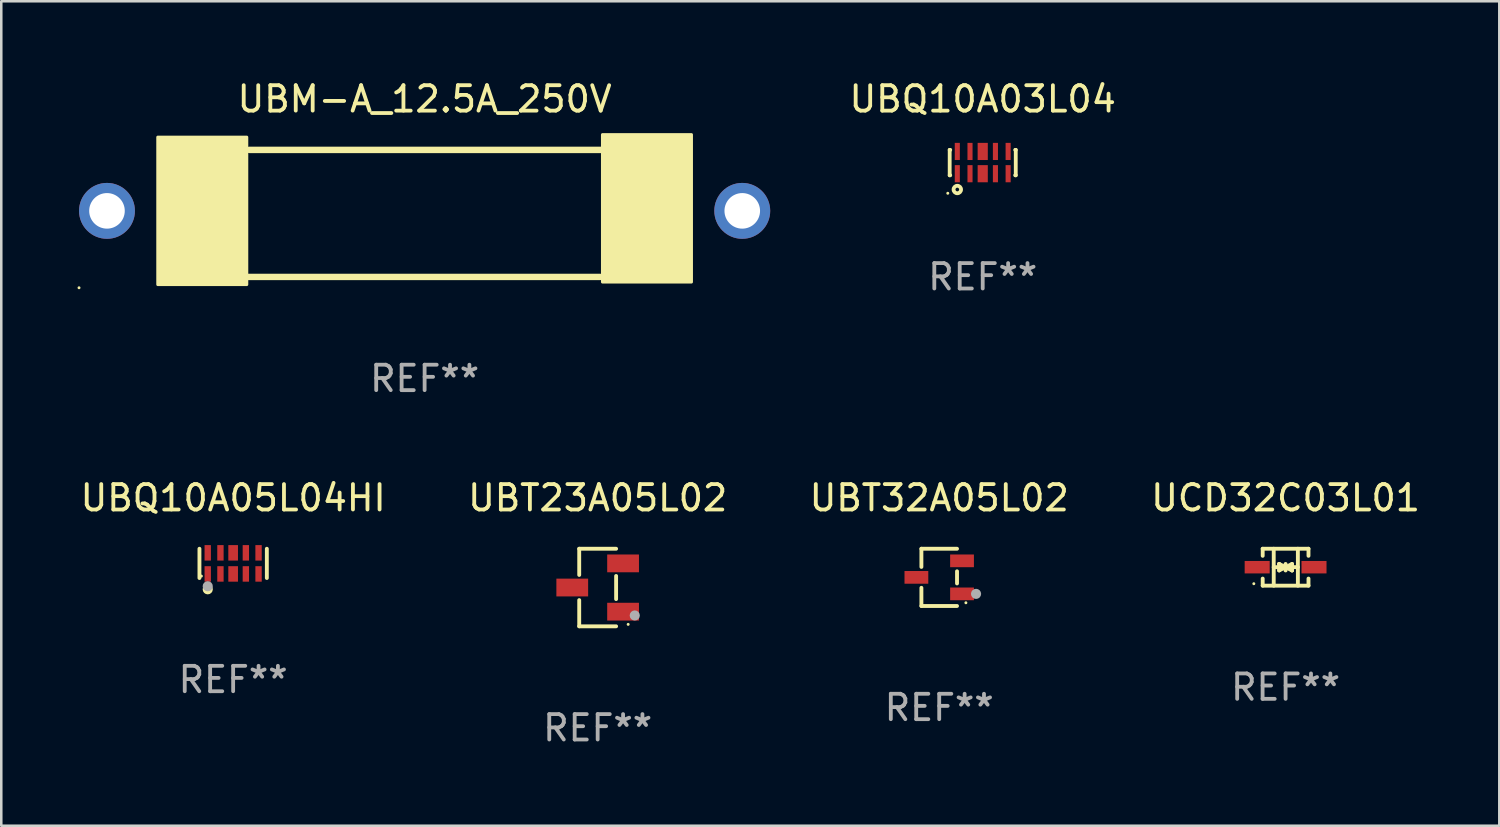
<source format=kicad_pcb>
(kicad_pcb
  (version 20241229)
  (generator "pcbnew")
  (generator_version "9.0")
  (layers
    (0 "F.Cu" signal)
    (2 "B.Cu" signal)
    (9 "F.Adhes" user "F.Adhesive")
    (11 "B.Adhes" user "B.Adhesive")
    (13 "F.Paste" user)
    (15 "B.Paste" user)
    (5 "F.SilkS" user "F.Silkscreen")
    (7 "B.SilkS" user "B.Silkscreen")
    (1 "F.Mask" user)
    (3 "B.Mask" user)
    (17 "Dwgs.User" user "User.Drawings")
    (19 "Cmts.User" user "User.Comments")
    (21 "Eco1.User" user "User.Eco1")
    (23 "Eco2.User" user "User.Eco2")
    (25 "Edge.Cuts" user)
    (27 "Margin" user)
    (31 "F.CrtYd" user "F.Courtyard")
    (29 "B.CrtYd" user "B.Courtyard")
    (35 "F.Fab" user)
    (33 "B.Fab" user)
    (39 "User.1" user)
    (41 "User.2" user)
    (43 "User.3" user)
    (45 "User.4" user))
  (footprint "UBQ10A03L04"
    (layer "F.Cu")
    (at 35.623 3.348)
    (property "Reference" "UBQ10A03L04" (at 0 -2.5 0) (layer "F.SilkS") (effects (font (size 1 1) (thickness 0.15))))
    (attr through_hole)
    (fp_line (start -1.3 -0.5) (end -1.3 0.5) (stroke (width 0.15) (type solid)) (layer "F.SilkS"))
    (fp_line (start -1.3 -0.5) (end -1.279 -0.5) (stroke (width 0.15) (type solid)) (layer "F.SilkS"))
    (fp_line (start -1.3 0.5) (end -1.279 0.5) (stroke (width 0.15) (type solid)) (layer "F.SilkS"))
    (fp_line (start 1.279 -0.5) (end 1.3 -0.5) (stroke (width 0.15) (type solid)) (layer "F.SilkS"))
    (fp_line (start 1.279 0.5) (end 1.3 0.5) (stroke (width 0.15) (type solid)) (layer "F.SilkS"))
    (fp_line (start 1.3 -0.5) (end 1.3 0.5) (stroke (width 0.15) (type solid)) (layer "F.SilkS"))
    (fp_circle (center -1.375 1.207) (end -1.345 1.207) (stroke (width 0.06) (type solid)) (fill no) (layer "F.SilkS"))
    (fp_circle (center -1 1.06) (end -0.928 1.06) (stroke (width 0.15) (type solid)) (fill no) (layer "F.SilkS"))
    (fp_text user "REF**" (at 0 4.5 0) (layer "F.Fab") (effects (font (size 1 1) (thickness 0.15))))
    (pad "1" smd rect (at -1 0.438) (size 0.2 0.675) (layers "F.Cu" "F.Mask" "F.Paste"))
    (pad "2" smd rect (at -0.5 0.438) (size 0.2 0.675) (layers "F.Cu" "F.Mask" "F.Paste"))
    (pad "3" smd rect (at 0 0.438) (size 0.4 0.675) (layers "F.Cu" "F.Mask" "F.Paste"))
    (pad "4" smd rect (at 0.5 0.438) (size 0.2 0.675) (layers "F.Cu" "F.Mask" "F.Paste"))
    (pad "5" smd rect (at 1 0.438) (size 0.2 0.675) (layers "F.Cu" "F.Mask" "F.Paste"))
    (pad "6" smd rect (at 1 -0.438) (size 0.2 0.675) (layers "F.Cu" "F.Mask" "F.Paste"))
    (pad "7" smd rect (at 0.5 -0.438) (size 0.2 0.675) (layers "F.Cu" "F.Mask" "F.Paste"))
    (pad "8" smd rect (at 0 -0.438) (size 0.4 0.675) (layers "F.Cu" "F.Mask" "F.Paste"))
    (pad "9" smd rect (at -0.5 -0.438) (size 0.2 0.675) (layers "F.Cu" "F.Mask" "F.Paste"))
    (pad "10" smd rect (at -1 -0.438) (size 0.2 0.675) (layers "F.Cu" "F.Mask" "F.Paste")))
  (footprint "UBT32A05L02"
    (layer "F.Cu")
    (at 33.911 19.671)
    (property "Reference" "UBT32A05L02" (at 0 -3.126 0) (layer "F.SilkS") (effects (font (size 1 1) (thickness 0.15))))
    (attr through_hole)
    (fp_line (start -0.701 -1.126) (end -0.701 -0.411) (stroke (width 0.152) (type solid)) (layer "F.SilkS"))
    (fp_line (start -0.701 1.126) (end -0.701 0.411) (stroke (width 0.152) (type solid)) (layer "F.SilkS"))
    (fp_line (start 0.701 -1.126) (end -0.701 -1.126) (stroke (width 0.152) (type solid)) (layer "F.SilkS"))
    (fp_line (start 0.701 -0.239) (end 0.701 0.239) (stroke (width 0.152) (type solid)) (layer "F.SilkS"))
    (fp_line (start 0.701 1.126) (end -0.701 1.126) (stroke (width 0.152) (type solid)) (layer "F.SilkS"))
    (fp_circle (center 1.05 1) (end 1.08 1) (stroke (width 0.06) (type solid)) (fill no) (layer "F.SilkS"))
    (fp_circle (center 1.45 0.65) (end 1.55 0.65) (stroke (width 0.2) (type solid)) (fill no) (layer "F.Fab"))
    (fp_text user "REF**" (at 0 5.126 0) (layer "F.Fab") (effects (font (size 1 1) (thickness 0.15))))
    (pad "1" smd rect (at 0.898 0.65) (size 0.936 0.5) (layers "F.Cu" "F.Mask" "F.Paste"))
    (pad "2" smd rect (at 0.898 -0.65) (size 0.936 0.5) (layers "F.Cu" "F.Mask" "F.Paste"))
    (pad "3" smd rect (at -0.898 0) (size 0.936 0.5) (layers "F.Cu" "F.Mask" "F.Paste")))
  (footprint "UCD32C03L01"
    (layer "F.Cu")
    (at 47.542 19.271)
    (property "Reference" "UCD32C03L01" (at 0 -2.726 0) (layer "F.SilkS") (effects (font (size 1 1) (thickness 0.15))))
    (attr through_hole)
    (fp_line (start -0.901 -0.726) (end -0.901 -0.448) (stroke (width 0.152) (type solid)) (layer "F.SilkS"))
    (fp_line (start -0.901 0.726) (end -0.901 0.448) (stroke (width 0.152) (type solid)) (layer "F.SilkS"))
    (fp_line (start -0.467 0) (end 0.483 -0.003) (stroke (width 0.154) (type solid)) (layer "F.SilkS"))
    (fp_line (start -0.467 0.726) (end -0.467 -0.726) (stroke (width 0.152) (type solid)) (layer "F.SilkS"))
    (fp_line (start -0.254 -0.127) (end -0.254 -0.127) (stroke (width 0.154) (type solid)) (layer "F.SilkS"))
    (fp_line (start -0.254 -0.127) (end -0.002 -0.003) (stroke (width 0.154) (type solid)) (layer "F.SilkS"))
    (fp_line (start -0.254 0.127) (end -0.254 -0.127) (stroke (width 0.154) (type solid)) (layer "F.SilkS"))
    (fp_line (start -0.127 0) (end 0.003 0) (stroke (width 0.154) (type solid)) (layer "F.SilkS"))
    (fp_line (start -0.003 0) (end -0.254 0.127) (stroke (width 0.154) (type solid)) (layer "F.SilkS"))
    (fp_line (start 0 -0.127) (end 0 0.127) (stroke (width 0.154) (type solid)) (layer "F.SilkS"))
    (fp_line (start 0.003 0) (end 0.254 -0.127) (stroke (width 0.154) (type solid)) (layer "F.SilkS"))
    (fp_line (start 0.127 0) (end -0.003 0) (stroke (width 0.154) (type solid)) (layer "F.SilkS"))
    (fp_line (start 0.254 -0.127) (end 0.254 0.127) (stroke (width 0.154) (type solid)) (layer "F.SilkS"))
    (fp_line (start 0.254 0.127) (end 0.002 0.003) (stroke (width 0.154) (type solid)) (layer "F.SilkS"))
    (fp_line (start 0.254 0.127) (end 0.254 0.127) (stroke (width 0.154) (type solid)) (layer "F.SilkS"))
    (fp_line (start 0.483 0.726) (end 0.483 -0.726) (stroke (width 0.152) (type solid)) (layer "F.SilkS"))
    (fp_line (start 0.901 -0.726) (end -0.901 -0.726) (stroke (width 0.152) (type solid)) (layer "F.SilkS"))
    (fp_line (start 0.901 -0.726) (end 0.901 -0.448) (stroke (width 0.152) (type solid)) (layer "F.SilkS"))
    (fp_line (start 0.901 0.726) (end -0.901 0.726) (stroke (width 0.152) (type solid)) (layer "F.SilkS"))
    (fp_line (start 0.901 0.726) (end 0.901 0.448) (stroke (width 0.152) (type solid)) (layer "F.SilkS"))
    (fp_circle (center -1.25 0.65) (end -1.22 0.65) (stroke (width 0.06) (type solid)) (fill no) (layer "F.SilkS"))
    (fp_text user "REF**" (at 0 4.726 0) (layer "F.Fab") (effects (font (size 1 1) (thickness 0.15))))
    (pad "1" smd rect (at -1.118 0) (size 0.985 0.49) (layers "F.Cu" "F.Mask" "F.Paste"))
    (pad "2" smd rect (at 1.118 0) (size 0.985 0.49) (layers "F.Cu" "F.Mask" "F.Paste")))
  (footprint "UBQ10A05L04HI"
    (layer "F.Cu")
    (at 6.125 19.121)
    (property "Reference" "UBQ10A05L04HI" (at 0 -2.576 0) (layer "F.SilkS") (effects (font (size 1 1) (thickness 0.15))))
    (attr through_hole)
    (fp_line (start -1.326 0.576) (end -1.326 -0.576) (stroke (width 0.152) (type solid)) (layer "F.SilkS"))
    (fp_line (start 1.326 -0.576) (end 1.326 0.576) (stroke (width 0.152) (type solid)) (layer "F.SilkS"))
    (fp_circle (center -1.25 0.5) (end -1.22 0.5) (stroke (width 0.06) (type solid)) (fill no) (layer "F.SilkS"))
    (fp_circle (center -1 1.019) (end -0.9 1.019) (stroke (width 0.2) (type solid)) (fill no) (layer "F.SilkS"))
    (fp_circle (center -1 0.9) (end -0.9 0.9) (stroke (width 0.2) (type solid)) (fill no) (layer "F.Fab"))
    (fp_text user "REF**" (at 0 4.576 0) (layer "F.Fab") (effects (font (size 1 1) (thickness 0.15))))
    (pad "1" smd rect (at -1 0.415) (size 0.25 0.609) (layers "F.Cu" "F.Mask" "F.Paste"))
    (pad "2" smd rect (at -0.5 0.415) (size 0.25 0.609) (layers "F.Cu" "F.Mask" "F.Paste"))
    (pad "3" smd rect (at 0 0.415) (size 0.38 0.609) (layers "F.Cu" "F.Mask" "F.Paste"))
    (pad "4" smd rect (at 0.5 0.415) (size 0.25 0.609) (layers "F.Cu" "F.Mask" "F.Paste"))
    (pad "5" smd rect (at 1 0.415) (size 0.25 0.609) (layers "F.Cu" "F.Mask" "F.Paste"))
    (pad "6" smd rect (at 1 -0.415) (size 0.25 0.609) (layers "F.Cu" "F.Mask" "F.Paste"))
    (pad "7" smd rect (at 0.5 -0.415) (size 0.25 0.609) (layers "F.Cu" "F.Mask" "F.Paste"))
    (pad "8" smd rect (at 0 -0.415) (size 0.38 0.609) (layers "F.Cu" "F.Mask" "F.Paste"))
    (pad "9" smd rect (at -0.5 -0.415) (size 0.25 0.609) (layers "F.Cu" "F.Mask" "F.Paste"))
    (pad "10" smd rect (at -1 -0.415) (size 0.25 0.609) (layers "F.Cu" "F.Mask" "F.Paste")))
  (footprint "UBT23A05L02"
    (layer "F.Cu")
    (at 20.47 20.071)
    (property "Reference" "UBT23A05L02" (at 0 -3.526 0) (layer "F.SilkS") (effects (font (size 1 1) (thickness 0.15))))
    (attr through_hole)
    (fp_line (start -0.726 -1.526) (end -0.726 -0.495) (stroke (width 0.152) (type solid)) (layer "F.SilkS"))
    (fp_line (start -0.726 1.526) (end -0.726 0.495) (stroke (width 0.152) (type solid)) (layer "F.SilkS"))
    (fp_line (start 0.726 -1.526) (end -0.726 -1.526) (stroke (width 0.152) (type solid)) (layer "F.SilkS"))
    (fp_line (start 0.726 -0.455) (end 0.726 0.455) (stroke (width 0.152) (type solid)) (layer "F.SilkS"))
    (fp_line (start 0.726 1.526) (end -0.726 1.526) (stroke (width 0.152) (type solid)) (layer "F.SilkS"))
    (fp_circle (center 1.2 1.45) (end 1.23 1.45) (stroke (width 0.06) (type solid)) (fill no) (layer "F.SilkS"))
    (fp_circle (center 1.46 1.1) (end 1.56 1.1) (stroke (width 0.2) (type solid)) (fill no) (layer "F.Fab"))
    (fp_text user "REF**" (at 0 5.526 0) (layer "F.Fab") (effects (font (size 1 1) (thickness 0.15))))
    (pad "1" smd rect (at 1 0.95) (size 1.25 0.7) (layers "F.Cu" "F.Mask" "F.Paste"))
    (pad "2" smd rect (at 1 -0.95) (size 1.25 0.7) (layers "F.Cu" "F.Mask" "F.Paste"))
    (pad "3" smd rect (at -1 0) (size 1.25 0.7) (layers "F.Cu" "F.Mask" "F.Paste")))
  (footprint "UBM-A_12.5A_250V"
    (layer "F.Cu")
    (at 13.66 5.348)
    (property "Reference" "UBM-A_12.5A_250V" (at 0 -4.5 0) (layer "F.SilkS") (effects (font (size 1 1) (thickness 0.15))))
    (attr through_hole)
    (fp_line (start -7 2.5) (end 6.9 2.5) (stroke (width 0.254) (type solid)) (layer "F.SilkS"))
    (fp_line (start -6.9 -2.5) (end 7 -2.5) (stroke (width 0.254) (type solid)) (layer "F.SilkS"))
    (fp_circle (center -13.6 2.927) (end -13.57 2.927) (stroke (width 0.06) (type solid)) (fill no) (layer "F.SilkS"))
    (fp_poly (pts (xy -10.5 -3) (xy -7 -3) (xy -7 2.8) (xy -10.5 2.8)) (stroke (width 0.12) (type solid)) (fill yes) (layer "F.SilkS"))
    (fp_poly (pts (xy 7 -3.1) (xy 10.5 -3.1) (xy 10.5 2.7) (xy 7 2.7)) (stroke (width 0.12) (type solid)) (fill yes) (layer "F.SilkS"))
    (fp_text user "REF**" (at 0 6.5 0) (layer "F.Fab") (effects (font (size 1 1) (thickness 0.15))))
    (pad "1" thru_hole circle (at -12.5 -0.1) (size 2.2 2.2) (drill 1.4) (layers "*.Cu" "*.Mask"))
    (pad "2" thru_hole circle (at 12.5 -0.1) (size 2.2 2.2) (drill 1.4) (layers "*.Cu" "*.Mask")))
  (gr_rect
    (start -3 -3)
    (end 55.952 29.445)
    (stroke (width 0.1) (type default))
    (fill no)
    (layer "Edge.Cuts")))
</source>
